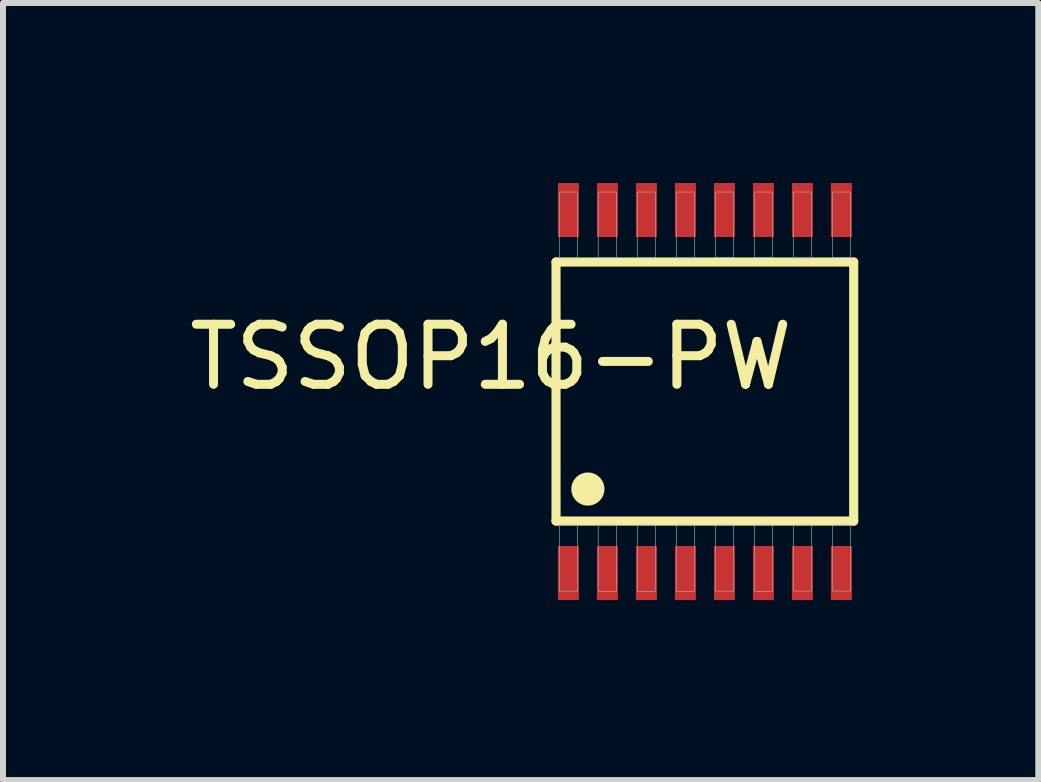
<source format=kicad_pcb>
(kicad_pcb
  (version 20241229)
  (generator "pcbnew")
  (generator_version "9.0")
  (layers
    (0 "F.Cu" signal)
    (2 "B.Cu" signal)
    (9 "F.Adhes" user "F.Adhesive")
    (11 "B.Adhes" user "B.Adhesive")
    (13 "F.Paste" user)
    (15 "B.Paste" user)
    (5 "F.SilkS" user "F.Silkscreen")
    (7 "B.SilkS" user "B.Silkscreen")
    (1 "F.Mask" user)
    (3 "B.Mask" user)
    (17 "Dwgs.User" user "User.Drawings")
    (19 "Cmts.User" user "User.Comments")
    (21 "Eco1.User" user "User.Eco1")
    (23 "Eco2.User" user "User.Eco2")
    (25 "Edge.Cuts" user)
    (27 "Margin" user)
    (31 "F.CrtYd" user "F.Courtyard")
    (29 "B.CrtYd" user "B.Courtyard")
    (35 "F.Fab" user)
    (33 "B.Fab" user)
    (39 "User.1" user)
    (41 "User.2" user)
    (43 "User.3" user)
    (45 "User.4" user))
  (footprint "TSSOP16-PW"
    (layer "F.Cu")
    (at 8.697 3.475)
    (property "Reference" "TSSOP16-PW" (at -3.565 -0.576 180) (layer "F.SilkS") (effects (font (size 1.001 1.001) (thickness 0.15))))
    (attr smd)
    (fp_line (start -2.481 -2.158) (end -2.481 2.158) (stroke (width 0.152) (type solid)) (layer "F.SilkS"))
    (fp_line (start -2.481 2.158) (end 2.48 2.158) (stroke (width 0.152) (type solid)) (layer "F.SilkS"))
    (fp_line (start 2.48 -2.158) (end -2.481 -2.158) (stroke (width 0.152) (type solid)) (layer "F.SilkS"))
    (fp_line (start 2.48 2.158) (end 2.48 -2.158) (stroke (width 0.152) (type solid)) (layer "F.SilkS"))
    (fp_circle (center -1.95 1.625) (end -1.674 1.625) (stroke (width 0) (type solid)) (fill yes) (layer "F.SilkS"))
    (fp_poly (pts (xy -2.426 2.225) (xy -2.125 2.225) (xy -2.125 3.327) (xy -2.426 3.327)) (stroke (width 0.01) (type solid)) (fill no) (layer "F.Fab"))
    (fp_poly (pts (xy -2.426 -3.325) (xy -2.125 -3.325) (xy -2.125 -2.226) (xy -2.426 -2.226)) (stroke (width 0.01) (type solid)) (fill no) (layer "F.Fab"))
    (fp_poly (pts (xy -1.778 2.225) (xy -1.475 2.225) (xy -1.475 3.331) (xy -1.778 3.331)) (stroke (width 0.01) (type solid)) (fill no) (layer "F.Fab"))
    (fp_poly (pts (xy -1.778 -3.325) (xy -1.475 -3.325) (xy -1.475 -2.228) (xy -1.778 -2.228)) (stroke (width 0.01) (type solid)) (fill no) (layer "F.Fab"))
    (fp_poly (pts (xy -1.127 -3.325) (xy -0.825 -3.325) (xy -0.825 -2.228) (xy -1.127 -2.228)) (stroke (width 0.01) (type solid)) (fill no) (layer "F.Fab"))
    (fp_poly (pts (xy -1.126 2.225) (xy -0.825 2.225) (xy -0.825 3.329) (xy -1.126 3.329)) (stroke (width 0.01) (type solid)) (fill no) (layer "F.Fab"))
    (fp_poly (pts (xy -0.476 2.225) (xy -0.175 2.225) (xy -0.175 3.33) (xy -0.476 3.33)) (stroke (width 0.01) (type solid)) (fill no) (layer "F.Fab"))
    (fp_poly (pts (xy -0.475 -3.325) (xy -0.175 -3.325) (xy -0.175 -2.226) (xy -0.475 -2.226)) (stroke (width 0.01) (type solid)) (fill no) (layer "F.Fab"))
    (fp_poly (pts (xy 0.175 2.225) (xy 0.475 2.225) (xy 0.475 3.327) (xy 0.175 3.327)) (stroke (width 0.01) (type solid)) (fill no) (layer "F.Fab"))
    (fp_poly (pts (xy 0.175 -3.325) (xy 0.475 -3.325) (xy 0.475 -2.229) (xy 0.175 -2.229)) (stroke (width 0.01) (type solid)) (fill no) (layer "F.Fab"))
    (fp_poly (pts (xy 0.826 2.225) (xy 1.125 2.225) (xy 1.125 3.33) (xy 0.826 3.33)) (stroke (width 0.01) (type solid)) (fill no) (layer "F.Fab"))
    (fp_poly (pts (xy 0.826 -3.325) (xy 1.125 -3.325) (xy 1.125 -2.229) (xy 0.826 -2.229)) (stroke (width 0.01) (type solid)) (fill no) (layer "F.Fab"))
    (fp_poly (pts (xy 1.475 -3.325) (xy 1.775 -3.325) (xy 1.775 -2.225) (xy 1.475 -2.225)) (stroke (width 0.01) (type solid)) (fill no) (layer "F.Fab"))
    (fp_poly (pts (xy 1.476 2.225) (xy 1.775 2.225) (xy 1.775 3.326) (xy 1.476 3.326)) (stroke (width 0.01) (type solid)) (fill no) (layer "F.Fab"))
    (fp_poly (pts (xy 2.126 2.225) (xy 2.425 2.225) (xy 2.425 3.326) (xy 2.126 3.326)) (stroke (width 0.01) (type solid)) (fill no) (layer "F.Fab"))
    (fp_poly (pts (xy 2.129 -3.325) (xy 2.425 -3.325) (xy 2.425 -2.229) (xy 2.129 -2.229)) (stroke (width 0.01) (type solid)) (fill no) (layer "F.Fab"))
    (pad "1" smd rect (at -2.275 3.025) (size 0.35 0.9) (layers "F.Cu" "F.Mask" "F.Paste"))
    (pad "2" smd rect (at -1.625 3.025) (size 0.35 0.9) (layers "F.Cu" "F.Mask" "F.Paste"))
    (pad "3" smd rect (at -0.975 3.025) (size 0.35 0.9) (layers "F.Cu" "F.Mask" "F.Paste"))
    (pad "4" smd rect (at -0.325 3.025) (size 0.35 0.9) (layers "F.Cu" "F.Mask" "F.Paste"))
    (pad "5" smd rect (at 0.325 3.025) (size 0.35 0.9) (layers "F.Cu" "F.Mask" "F.Paste"))
    (pad "6" smd rect (at 0.975 3.025) (size 0.35 0.9) (layers "F.Cu" "F.Mask" "F.Paste"))
    (pad "7" smd rect (at 1.625 3.025) (size 0.35 0.9) (layers "F.Cu" "F.Mask" "F.Paste"))
    (pad "8" smd rect (at 2.275 3.025) (size 0.35 0.9) (layers "F.Cu" "F.Mask" "F.Paste"))
    (pad "9" smd rect (at 2.275 -3.025 180) (size 0.35 0.9) (layers "F.Cu" "F.Mask" "F.Paste"))
    (pad "10" smd rect (at 1.625 -3.025 180) (size 0.35 0.9) (layers "F.Cu" "F.Mask" "F.Paste"))
    (pad "11" smd rect (at 0.975 -3.025 180) (size 0.35 0.9) (layers "F.Cu" "F.Mask" "F.Paste"))
    (pad "12" smd rect (at 0.325 -3.025 180) (size 0.35 0.9) (layers "F.Cu" "F.Mask" "F.Paste"))
    (pad "13" smd rect (at -0.325 -3.025 180) (size 0.35 0.9) (layers "F.Cu" "F.Mask" "F.Paste"))
    (pad "14" smd rect (at -0.975 -3.025 180) (size 0.35 0.9) (layers "F.Cu" "F.Mask" "F.Paste"))
    (pad "15" smd rect (at -1.625 -3.025 180) (size 0.35 0.9) (layers "F.Cu" "F.Mask" "F.Paste"))
    (pad "16" smd rect (at -2.275 -3.025 180) (size 0.35 0.9) (layers "F.Cu" "F.Mask" "F.Paste")))
  (gr_rect
    (start -3 -3)
    (end 14.253 9.95)
    (stroke (width 0.1) (type default))
    (fill no)
    (layer "Edge.Cuts")))
</source>
